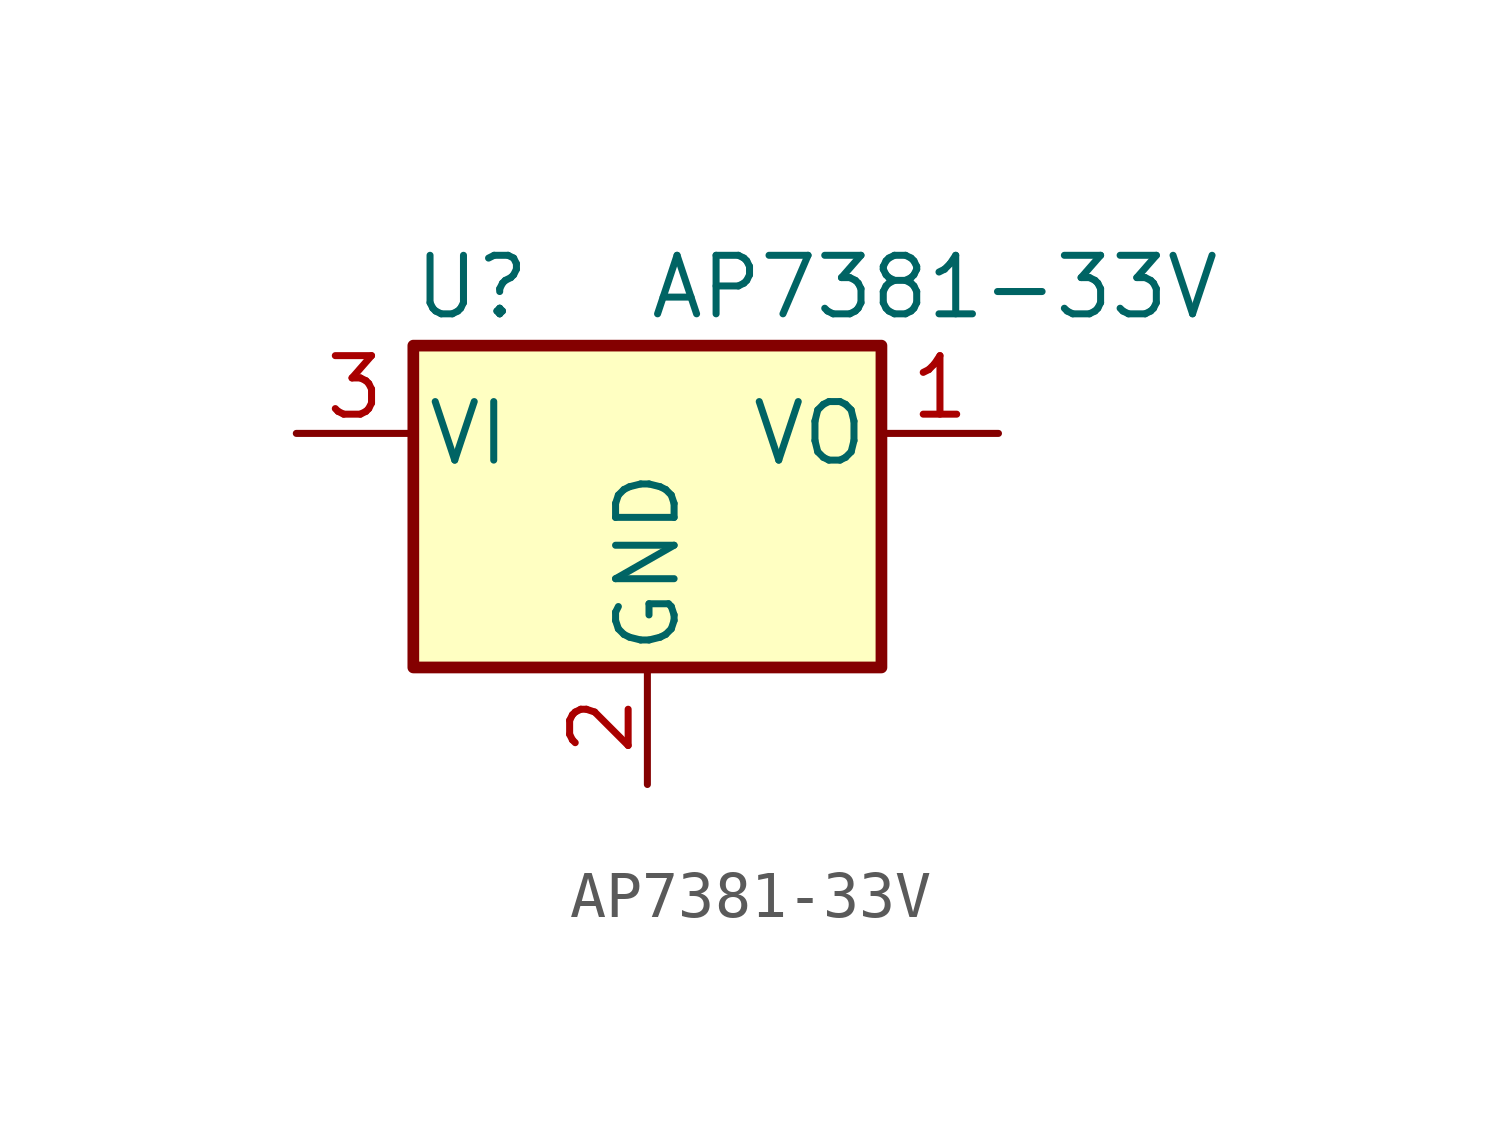
<source format=kicad_sym>
(kicad_symbol_lib
  (version 20211014)
  (generator kicad_symbol_editor)
  (symbol "AP7381-33V"
    (pin_names
      (offset 0.254))
    (property "Reference" "U"
      (at -3.81 3.175 0)
      (effects (font (size 1.27 1.27))))
    (property "Value" "AP7381-33V"
      (at 0 3.175 0)
      (effects (font (size 1.27 1.27)) (justify left)))
    (symbol "AP7381-33V_0_1"
      (rectangle (start -5.08 1.905) (end 5.08 -5.08) (stroke (width 0.254) (type default) (color 0 0 0 0)) (fill (type background))))
    (symbol "AP7381-33V_1_1"
      (pin power_out line (at 7.62 0 180) (length 2.54) (name "VO" (effects (font (size 1.27 1.27)))) (number "1" (effects (font (size 1.27 1.27)))))
      (pin power_in line (at 0 -7.62 90) (length 2.54) (name "GND" (effects (font (size 1.27 1.27)))) (number "2" (effects (font (size 1.27 1.27)))))
      (pin power_in line (at -7.62 0 0) (length 2.54) (name "VI" (effects (font (size 1.27 1.27)))) (number "3" (effects (font (size 1.27 1.27))))))))
</source>
